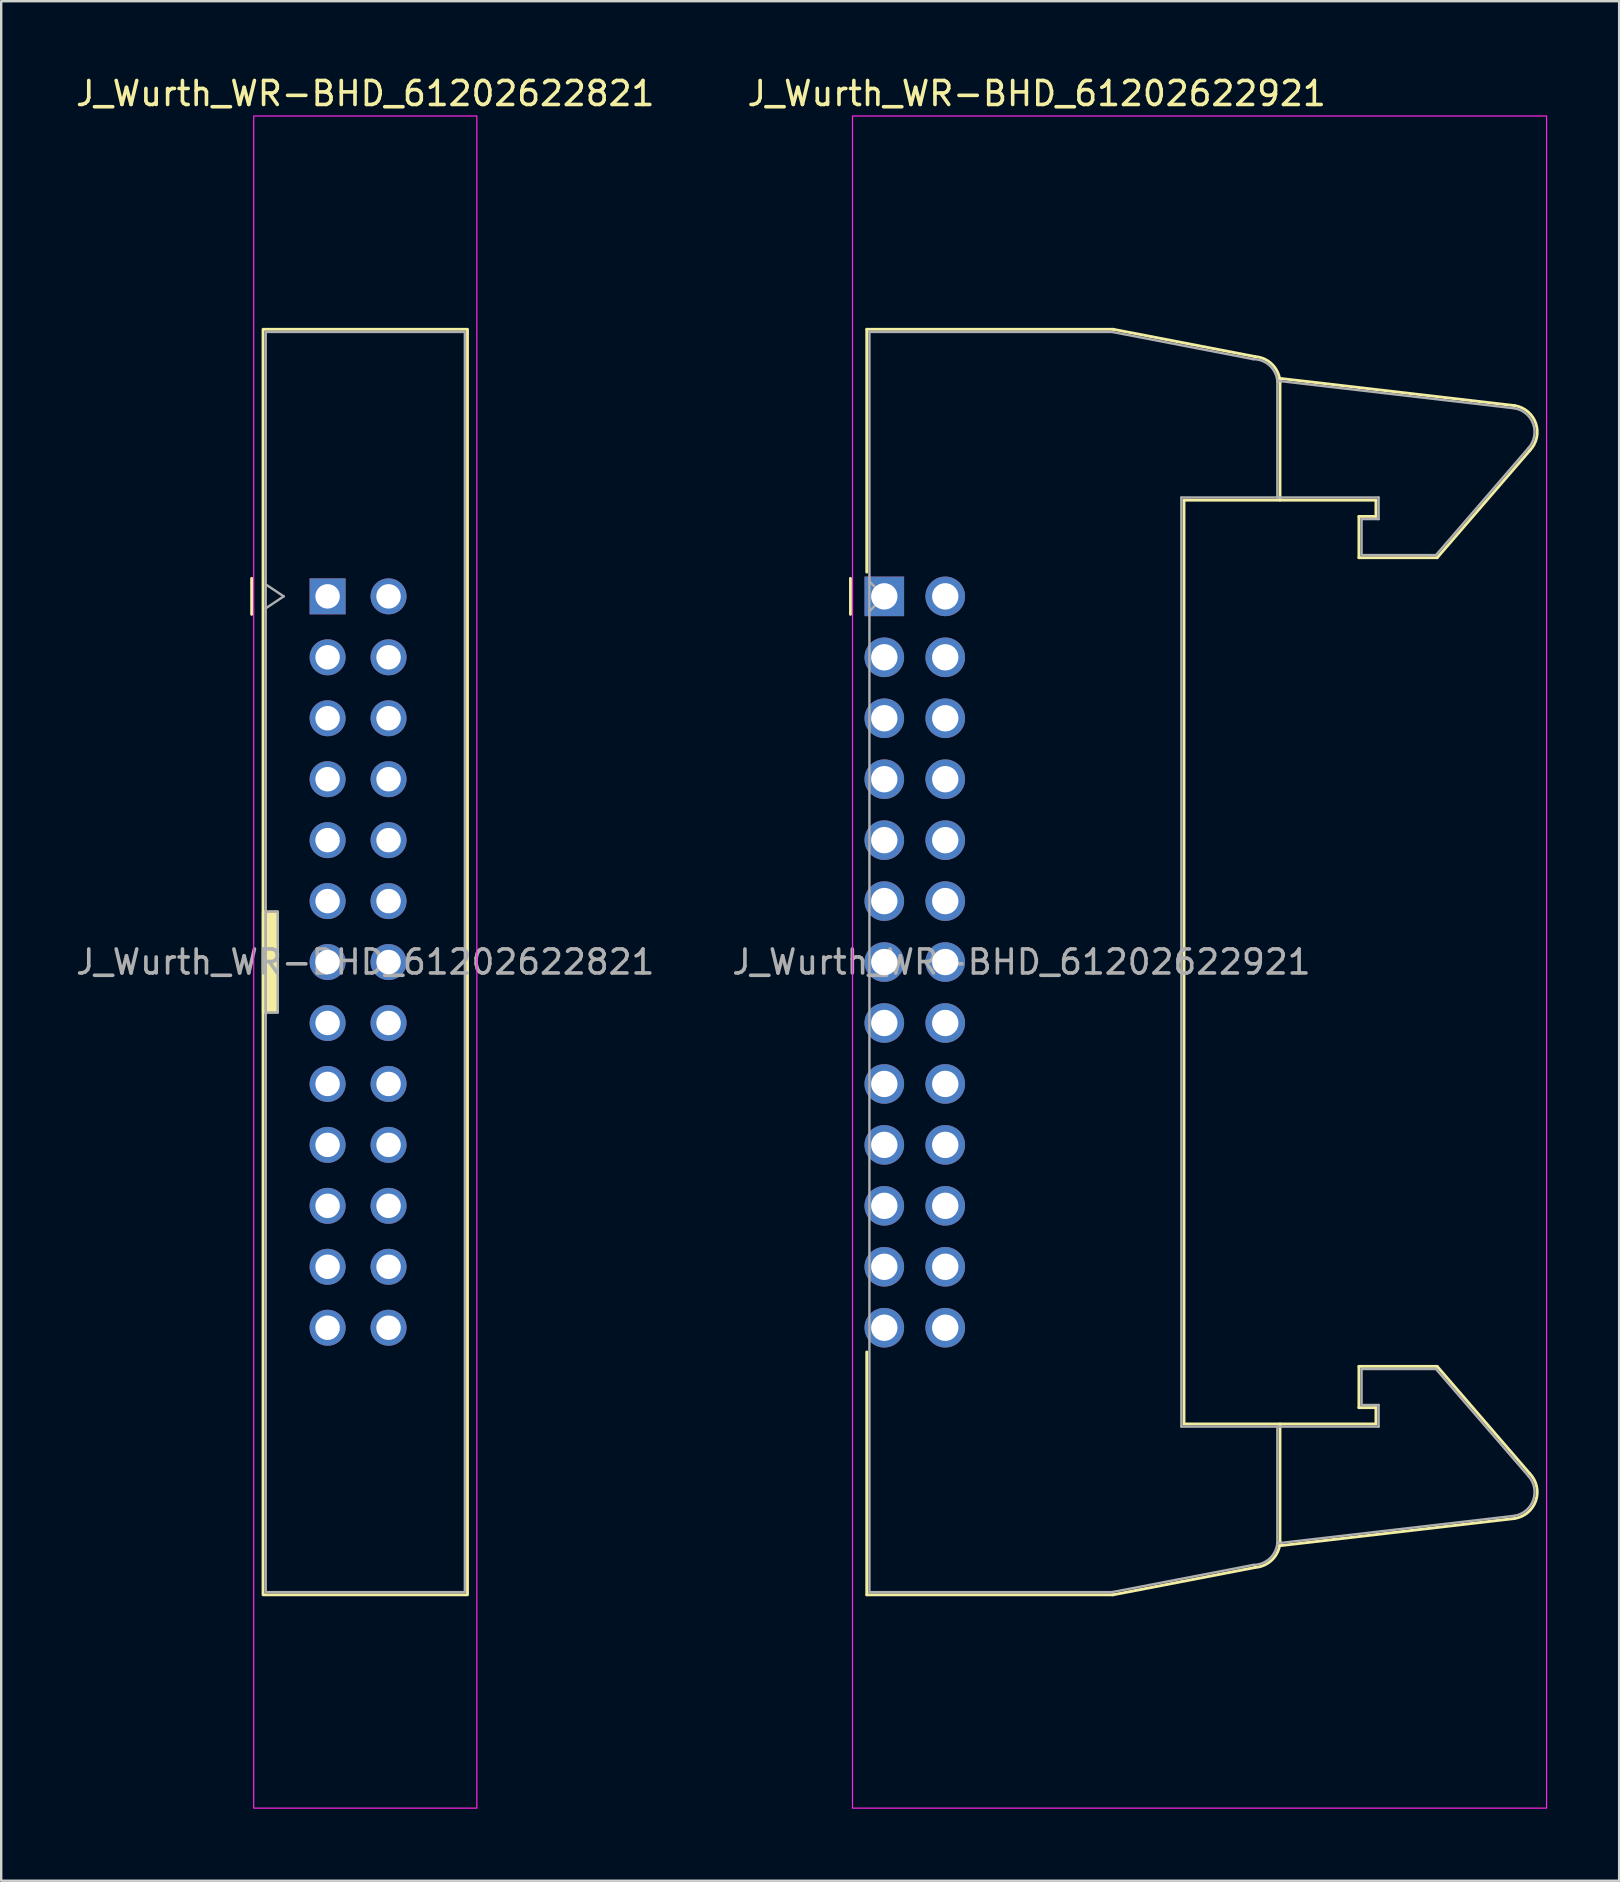
<source format=kicad_pcb>
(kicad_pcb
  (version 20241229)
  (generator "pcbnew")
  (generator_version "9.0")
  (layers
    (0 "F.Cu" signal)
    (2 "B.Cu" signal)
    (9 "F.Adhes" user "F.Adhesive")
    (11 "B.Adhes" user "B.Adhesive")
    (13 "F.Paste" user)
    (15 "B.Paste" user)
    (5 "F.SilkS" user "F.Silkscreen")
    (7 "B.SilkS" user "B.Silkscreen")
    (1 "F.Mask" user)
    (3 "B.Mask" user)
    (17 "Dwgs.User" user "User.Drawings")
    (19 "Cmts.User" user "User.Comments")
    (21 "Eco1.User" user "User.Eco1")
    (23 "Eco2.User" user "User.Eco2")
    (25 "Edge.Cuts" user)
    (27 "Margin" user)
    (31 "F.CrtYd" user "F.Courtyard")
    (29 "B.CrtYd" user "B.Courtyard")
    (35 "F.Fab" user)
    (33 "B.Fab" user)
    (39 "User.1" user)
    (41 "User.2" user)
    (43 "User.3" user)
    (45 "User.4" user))
  (footprint "J_Wurth_WR-BHD_61202622921"
    (layer "F.Cu")
    (at 33.803 21.803)
    (property "Reference" "J_Wurth_WR-BHD_61202622921" (at 6.35 -20.955 0) (unlocked yes) (layer "F.SilkS") (effects (font (size 1 1) (thickness 0.15))))
    (attr through_hole)
    (fp_line (start -1.41 -0.75) (end -1.41 0.75) (stroke (width 0.12) (type solid)) (layer "F.SilkS"))
    (fp_line (start -0.73 -11.13) (end -0.73 -1.01) (stroke (width 0.12) (type solid)) (layer "F.SilkS"))
    (fp_line (start -0.73 -11.13) (end 9.534 -11.13) (stroke (width 0.12) (type solid)) (layer "F.SilkS"))
    (fp_line (start -0.73 41.61) (end -0.73 31.49) (stroke (width 0.12) (type solid)) (layer "F.SilkS"))
    (fp_line (start -0.73 41.61) (end 9.534 41.61) (stroke (width 0.12) (type solid)) (layer "F.SilkS"))
    (fp_line (start 9.534 -11.13) (end 15.443 -9.992) (stroke (width 0.12) (type solid)) (layer "F.SilkS"))
    (fp_line (start 9.534 41.61) (end 15.443 40.472) (stroke (width 0.12) (type solid)) (layer "F.SilkS"))
    (fp_line (start 12.49 34.49) (end 12.49 -4.01) (stroke (width 0.12) (type solid)) (layer "F.SilkS"))
    (fp_line (start 16.49 -8.975) (end 16.49 -4.01) (stroke (width 0.12) (type solid)) (layer "F.SilkS"))
    (fp_line (start 16.49 39.455) (end 16.49 34.49) (stroke (width 0.12) (type solid)) (layer "F.SilkS"))
    (fp_line (start 19.78 -3.33) (end 19.78 -1.61) (stroke (width 0.12) (type solid)) (layer "F.SilkS"))
    (fp_line (start 19.78 -1.61) (end 23.04 -1.61) (stroke (width 0.12) (type solid)) (layer "F.SilkS"))
    (fp_line (start 19.78 32.09) (end 23.04 32.09) (stroke (width 0.12) (type solid)) (layer "F.SilkS"))
    (fp_line (start 19.78 33.81) (end 19.78 32.09) (stroke (width 0.12) (type solid)) (layer "F.SilkS"))
    (fp_line (start 20.49 -4.01) (end 12.49 -4.01) (stroke (width 0.12) (type solid)) (layer "F.SilkS"))
    (fp_line (start 20.49 -3.33) (end 19.78 -3.33) (stroke (width 0.12) (type solid)) (layer "F.SilkS"))
    (fp_line (start 20.49 -3.33) (end 20.49 -4.01) (stroke (width 0.12) (type solid)) (layer "F.SilkS"))
    (fp_line (start 20.49 33.81) (end 19.78 33.81) (stroke (width 0.12) (type solid)) (layer "F.SilkS"))
    (fp_line (start 20.49 33.81) (end 20.49 34.49) (stroke (width 0.12) (type solid)) (layer "F.SilkS"))
    (fp_line (start 20.49 34.49) (end 12.49 34.49) (stroke (width 0.12) (type solid)) (layer "F.SilkS"))
    (fp_line (start 23.04 -1.61) (end 26.903 -6.082) (stroke (width 0.12) (type solid)) (layer "F.SilkS"))
    (fp_line (start 23.04 32.09) (end 26.903 36.562) (stroke (width 0.12) (type solid)) (layer "F.SilkS"))
    (fp_line (start 26.279 -7.947) (end 16.472 -9.085) (stroke (width 0.12) (type solid)) (layer "F.SilkS"))
    (fp_line (start 26.279 38.427) (end 16.472 39.565) (stroke (width 0.12) (type solid)) (layer "F.SilkS"))
    (fp_arc (start 15.442979 -9.98974) (mid 16.176162 -9.655638) (end 16.491006 -8.913981) (stroke (width 0.12) (type solid)) (layer "F.SilkS"))
    (fp_arc (start 16.491006 39.393981) (mid 16.176162 40.135638) (end 15.442979 40.46974) (stroke (width 0.12) (type solid)) (layer "F.SilkS"))
    (fp_arc (start 26.278536 -7.946703) (mid 27.153628 -7.202846) (end 26.903 -6.082) (stroke (width 0.12) (type solid)) (layer "F.SilkS"))
    (fp_arc (start 26.903 36.562) (mid 27.153628 37.682846) (end 26.278536 38.426703) (stroke (width 0.12) (type solid)) (layer "F.SilkS"))
    (fp_rect (start -1.325 -20.02) (end 27.6 50.5) (stroke (width 0.05) (type solid)) (fill no) (layer "F.CrtYd"))
    (fp_line (start -0.62 -11.02) (end 9.484 -11.02) (stroke (width 0.1) (type solid)) (layer "F.Fab"))
    (fp_line (start -0.62 41.5) (end -0.62 -11.02) (stroke (width 0.1) (type solid)) (layer "F.Fab"))
    (fp_line (start -0.62 41.5) (end 9.484 41.5) (stroke (width 0.1) (type solid)) (layer "F.Fab"))
    (fp_line (start 0 0) (end -0.62 -0.62) (stroke (width 0.1) (type solid)) (layer "F.Fab"))
    (fp_line (start 0 0) (end -0.62 0.62) (stroke (width 0.1) (type solid)) (layer "F.Fab"))
    (fp_line (start 9.484 -11.02) (end 15.381 -9.884) (stroke (width 0.1) (type solid)) (layer "F.Fab"))
    (fp_line (start 9.484 41.5) (end 15.381 40.364) (stroke (width 0.1) (type solid)) (layer "F.Fab"))
    (fp_line (start 12.38 34.6) (end 12.38 -4.12) (stroke (width 0.1) (type solid)) (layer "F.Fab"))
    (fp_line (start 16.38 -8.975) (end 16.38 -4.12) (stroke (width 0.1) (type solid)) (layer "F.Fab"))
    (fp_line (start 16.38 39.455) (end 16.38 34.6) (stroke (width 0.1) (type solid)) (layer "F.Fab"))
    (fp_line (start 19.89 -3.22) (end 19.89 -1.72) (stroke (width 0.1) (type solid)) (layer "F.Fab"))
    (fp_line (start 19.89 -1.72) (end 22.99 -1.72) (stroke (width 0.1) (type solid)) (layer "F.Fab"))
    (fp_line (start 19.89 32.2) (end 22.99 32.2) (stroke (width 0.1) (type solid)) (layer "F.Fab"))
    (fp_line (start 19.89 33.7) (end 19.89 32.2) (stroke (width 0.1) (type solid)) (layer "F.Fab"))
    (fp_line (start 20.6 -4.12) (end 12.38 -4.12) (stroke (width 0.1) (type solid)) (layer "F.Fab"))
    (fp_line (start 20.6 -3.22) (end 19.89 -3.22) (stroke (width 0.1) (type solid)) (layer "F.Fab"))
    (fp_line (start 20.6 -3.22) (end 20.6 -4.12) (stroke (width 0.1) (type solid)) (layer "F.Fab"))
    (fp_line (start 20.6 33.7) (end 19.89 33.7) (stroke (width 0.1) (type solid)) (layer "F.Fab"))
    (fp_line (start 20.6 33.7) (end 20.6 34.6) (stroke (width 0.1) (type solid)) (layer "F.Fab"))
    (fp_line (start 20.6 34.6) (end 12.38 34.6) (stroke (width 0.1) (type solid)) (layer "F.Fab"))
    (fp_line (start 22.99 -1.72) (end 26.853 -6.192) (stroke (width 0.1) (type solid)) (layer "F.Fab"))
    (fp_line (start 22.99 32.2) (end 26.853 36.672) (stroke (width 0.1) (type solid)) (layer "F.Fab"))
    (fp_line (start 26.252 -7.838) (end 16.38 -8.984) (stroke (width 0.1) (type solid)) (layer "F.Fab"))
    (fp_line (start 26.252 38.318) (end 16.38 39.464) (stroke (width 0.1) (type solid)) (layer "F.Fab"))
    (fp_arc (start 15.380999 -9.884) (mid 16.05791 -9.620576) (end 16.38 -8.969532) (stroke (width 0.1) (type solid)) (layer "F.Fab"))
    (fp_arc (start 16.38 39.449532) (mid 16.05791 40.100576) (end 15.380999 40.364) (stroke (width 0.1) (type solid)) (layer "F.Fab"))
    (fp_arc (start 26.260676 -7.836993) (mid 27.040851 -7.188778) (end 26.852999 -6.192) (stroke (width 0.1) (type solid)) (layer "F.Fab"))
    (fp_arc (start 26.852999 36.672) (mid 27.040851 37.668778) (end 26.260676 38.316993) (stroke (width 0.1) (type solid)) (layer "F.Fab"))
    (fp_text user "${REFERENCE}" (at 5.715 15.24 0) (unlocked yes) (layer "F.Fab") (effects (font (size 1 1) (thickness 0.15))))
    (pad "1" thru_hole rect (at 0 0 90) (size 1.65 1.65) (drill 1.1) (layers "*.Cu" "*.Mask"))
    (pad "2" thru_hole circle (at 2.54 0 90) (size 1.65 1.65) (drill 1.1) (layers "*.Cu" "*.Mask"))
    (pad "3" thru_hole circle (at 0 2.54 90) (size 1.65 1.65) (drill 1.1) (layers "*.Cu" "*.Mask"))
    (pad "4" thru_hole circle (at 2.54 2.54 90) (size 1.65 1.65) (drill 1.1) (layers "*.Cu" "*.Mask"))
    (pad "5" thru_hole circle (at 0 5.08 90) (size 1.65 1.65) (drill 1.1) (layers "*.Cu" "*.Mask"))
    (pad "6" thru_hole circle (at 2.54 5.08 90) (size 1.65 1.65) (drill 1.1) (layers "*.Cu" "*.Mask"))
    (pad "7" thru_hole circle (at 0 7.62 90) (size 1.65 1.65) (drill 1.1) (layers "*.Cu" "*.Mask"))
    (pad "8" thru_hole circle (at 2.54 7.62 90) (size 1.65 1.65) (drill 1.1) (layers "*.Cu" "*.Mask"))
    (pad "9" thru_hole circle (at 0 10.16 90) (size 1.65 1.65) (drill 1.1) (layers "*.Cu" "*.Mask"))
    (pad "10" thru_hole circle (at 2.54 10.16 90) (size 1.65 1.65) (drill 1.1) (layers "*.Cu" "*.Mask"))
    (pad "11" thru_hole circle (at 0 12.7 90) (size 1.65 1.65) (drill 1.1) (layers "*.Cu" "*.Mask"))
    (pad "12" thru_hole circle (at 2.54 12.7 90) (size 1.65 1.65) (drill 1.1) (layers "*.Cu" "*.Mask"))
    (pad "13" thru_hole circle (at 0 15.24 90) (size 1.65 1.65) (drill 1.1) (layers "*.Cu" "*.Mask"))
    (pad "14" thru_hole circle (at 2.54 15.24 90) (size 1.65 1.65) (drill 1.1) (layers "*.Cu" "*.Mask"))
    (pad "15" thru_hole circle (at 0 17.78 90) (size 1.65 1.65) (drill 1.1) (layers "*.Cu" "*.Mask"))
    (pad "16" thru_hole circle (at 2.54 17.78 90) (size 1.65 1.65) (drill 1.1) (layers "*.Cu" "*.Mask"))
    (pad "17" thru_hole circle (at 0 20.32 90) (size 1.65 1.65) (drill 1.1) (layers "*.Cu" "*.Mask"))
    (pad "18" thru_hole circle (at 2.54 20.32 90) (size 1.65 1.65) (drill 1.1) (layers "*.Cu" "*.Mask"))
    (pad "19" thru_hole circle (at 0 22.86 90) (size 1.65 1.65) (drill 1.1) (layers "*.Cu" "*.Mask"))
    (pad "20" thru_hole circle (at 2.54 22.86 90) (size 1.65 1.65) (drill 1.1) (layers "*.Cu" "*.Mask"))
    (pad "21" thru_hole circle (at 0 25.4 90) (size 1.65 1.65) (drill 1.1) (layers "*.Cu" "*.Mask"))
    (pad "22" thru_hole circle (at 2.54 25.4 90) (size 1.65 1.65) (drill 1.1) (layers "*.Cu" "*.Mask"))
    (pad "23" thru_hole circle (at 0 27.94 90) (size 1.65 1.65) (drill 1.1) (layers "*.Cu" "*.Mask"))
    (pad "24" thru_hole circle (at 2.54 27.94 90) (size 1.65 1.65) (drill 1.1) (layers "*.Cu" "*.Mask"))
    (pad "25" thru_hole circle (at 0 30.48 90) (size 1.65 1.65) (drill 1.1) (layers "*.Cu" "*.Mask"))
    (pad "26" thru_hole circle (at 2.54 30.48 90) (size 1.65 1.65) (drill 1.1) (layers "*.Cu" "*.Mask")))
  (footprint "J_Wurth_WR-BHD_61202622821"
    (layer "F.Cu")
    (at 10.603 21.803)
    (property "Reference" "J_Wurth_WR-BHD_61202622821" (at 1.57 -20.955 0) (unlocked yes) (layer "F.SilkS") (effects (font (size 1 1) (thickness 0.15))))
    (attr through_hole)
    (fp_line (start -3.165 -0.75) (end -3.165 0.75) (stroke (width 0.12) (type solid)) (layer "F.SilkS"))
    (fp_rect (start -2.69 -11.13) (end 5.83 41.61) (stroke (width 0.12) (type solid)) (fill no) (layer "F.SilkS"))
    (fp_rect (start -2.69 13.14) (end -2.08 17.34) (stroke (width 0.1) (type solid)) (fill yes) (layer "F.SilkS"))
    (fp_rect (start -3.08 -20.02) (end 6.22 50.5) (stroke (width 0.05) (type solid)) (fill no) (layer "F.CrtYd"))
    (fp_line (start -1.83 0) (end -2.58 -0.5) (stroke (width 0.1) (type solid)) (layer "F.Fab"))
    (fp_line (start -1.83 0) (end -2.58 0.5) (stroke (width 0.1) (type solid)) (layer "F.Fab"))
    (fp_rect (start -2.58 -11.02) (end 5.72 41.5) (stroke (width 0.1) (type solid)) (fill no) (layer "F.Fab"))
    (fp_rect (start -2.58 13.14) (end -2.08 17.34) (stroke (width 0.1) (type solid)) (fill no) (layer "F.Fab"))
    (fp_text user "${REFERENCE}" (at 1.57 15.24 0) (unlocked yes) (layer "F.Fab") (effects (font (size 1 1) (thickness 0.15))))
    (pad "1" thru_hole rect (at 0 0 270) (size 1.5 1.5) (drill 1.02) (layers "*.Cu" "*.Mask"))
    (pad "2" thru_hole circle (at 2.54 0 270) (size 1.5 1.5) (drill 1.02) (layers "*.Cu" "*.Mask"))
    (pad "3" thru_hole circle (at 0 2.54 270) (size 1.5 1.5) (drill 1.02) (layers "*.Cu" "*.Mask"))
    (pad "4" thru_hole circle (at 2.54 2.54 270) (size 1.5 1.5) (drill 1.02) (layers "*.Cu" "*.Mask"))
    (pad "5" thru_hole circle (at 0 5.08 270) (size 1.5 1.5) (drill 1.02) (layers "*.Cu" "*.Mask"))
    (pad "6" thru_hole circle (at 2.54 5.08 270) (size 1.5 1.5) (drill 1.02) (layers "*.Cu" "*.Mask"))
    (pad "7" thru_hole circle (at 0 7.62 270) (size 1.5 1.5) (drill 1.02) (layers "*.Cu" "*.Mask"))
    (pad "8" thru_hole circle (at 2.54 7.62 270) (size 1.5 1.5) (drill 1.02) (layers "*.Cu" "*.Mask"))
    (pad "9" thru_hole circle (at 0 10.16 270) (size 1.5 1.5) (drill 1.02) (layers "*.Cu" "*.Mask"))
    (pad "10" thru_hole circle (at 2.54 10.16 270) (size 1.5 1.5) (drill 1.02) (layers "*.Cu" "*.Mask"))
    (pad "11" thru_hole circle (at 0 12.7 270) (size 1.5 1.5) (drill 1.02) (layers "*.Cu" "*.Mask"))
    (pad "12" thru_hole circle (at 2.54 12.7 270) (size 1.5 1.5) (drill 1.02) (layers "*.Cu" "*.Mask"))
    (pad "13" thru_hole circle (at 0 15.24 270) (size 1.5 1.5) (drill 1.02) (layers "*.Cu" "*.Mask"))
    (pad "14" thru_hole circle (at 2.54 15.24 270) (size 1.5 1.5) (drill 1.02) (layers "*.Cu" "*.Mask"))
    (pad "15" thru_hole circle (at 0 17.78 270) (size 1.5 1.5) (drill 1.02) (layers "*.Cu" "*.Mask"))
    (pad "16" thru_hole circle (at 2.54 17.78 270) (size 1.5 1.5) (drill 1.02) (layers "*.Cu" "*.Mask"))
    (pad "17" thru_hole circle (at 0 20.32 270) (size 1.5 1.5) (drill 1.02) (layers "*.Cu" "*.Mask"))
    (pad "18" thru_hole circle (at 2.54 20.32 270) (size 1.5 1.5) (drill 1.02) (layers "*.Cu" "*.Mask"))
    (pad "19" thru_hole circle (at 0 22.86 270) (size 1.5 1.5) (drill 1.02) (layers "*.Cu" "*.Mask"))
    (pad "20" thru_hole circle (at 2.54 22.86 270) (size 1.5 1.5) (drill 1.02) (layers "*.Cu" "*.Mask"))
    (pad "21" thru_hole circle (at 0 25.4 270) (size 1.5 1.5) (drill 1.02) (layers "*.Cu" "*.Mask"))
    (pad "22" thru_hole circle (at 2.54 25.4 270) (size 1.5 1.5) (drill 1.02) (layers "*.Cu" "*.Mask"))
    (pad "23" thru_hole circle (at 0 27.94 270) (size 1.5 1.5) (drill 1.02) (layers "*.Cu" "*.Mask"))
    (pad "24" thru_hole circle (at 2.54 27.94 270) (size 1.5 1.5) (drill 1.02) (layers "*.Cu" "*.Mask"))
    (pad "25" thru_hole circle (at 0 30.48 270) (size 1.5 1.5) (drill 1.02) (layers "*.Cu" "*.Mask"))
    (pad "26" thru_hole circle (at 2.54 30.48 270) (size 1.5 1.5) (drill 1.02) (layers "*.Cu" "*.Mask")))
  (gr_rect
    (start -3 -3)
    (end 64.428 75.328)
    (stroke (width 0.1) (type default))
    (fill no)
    (layer "Edge.Cuts")))
</source>
